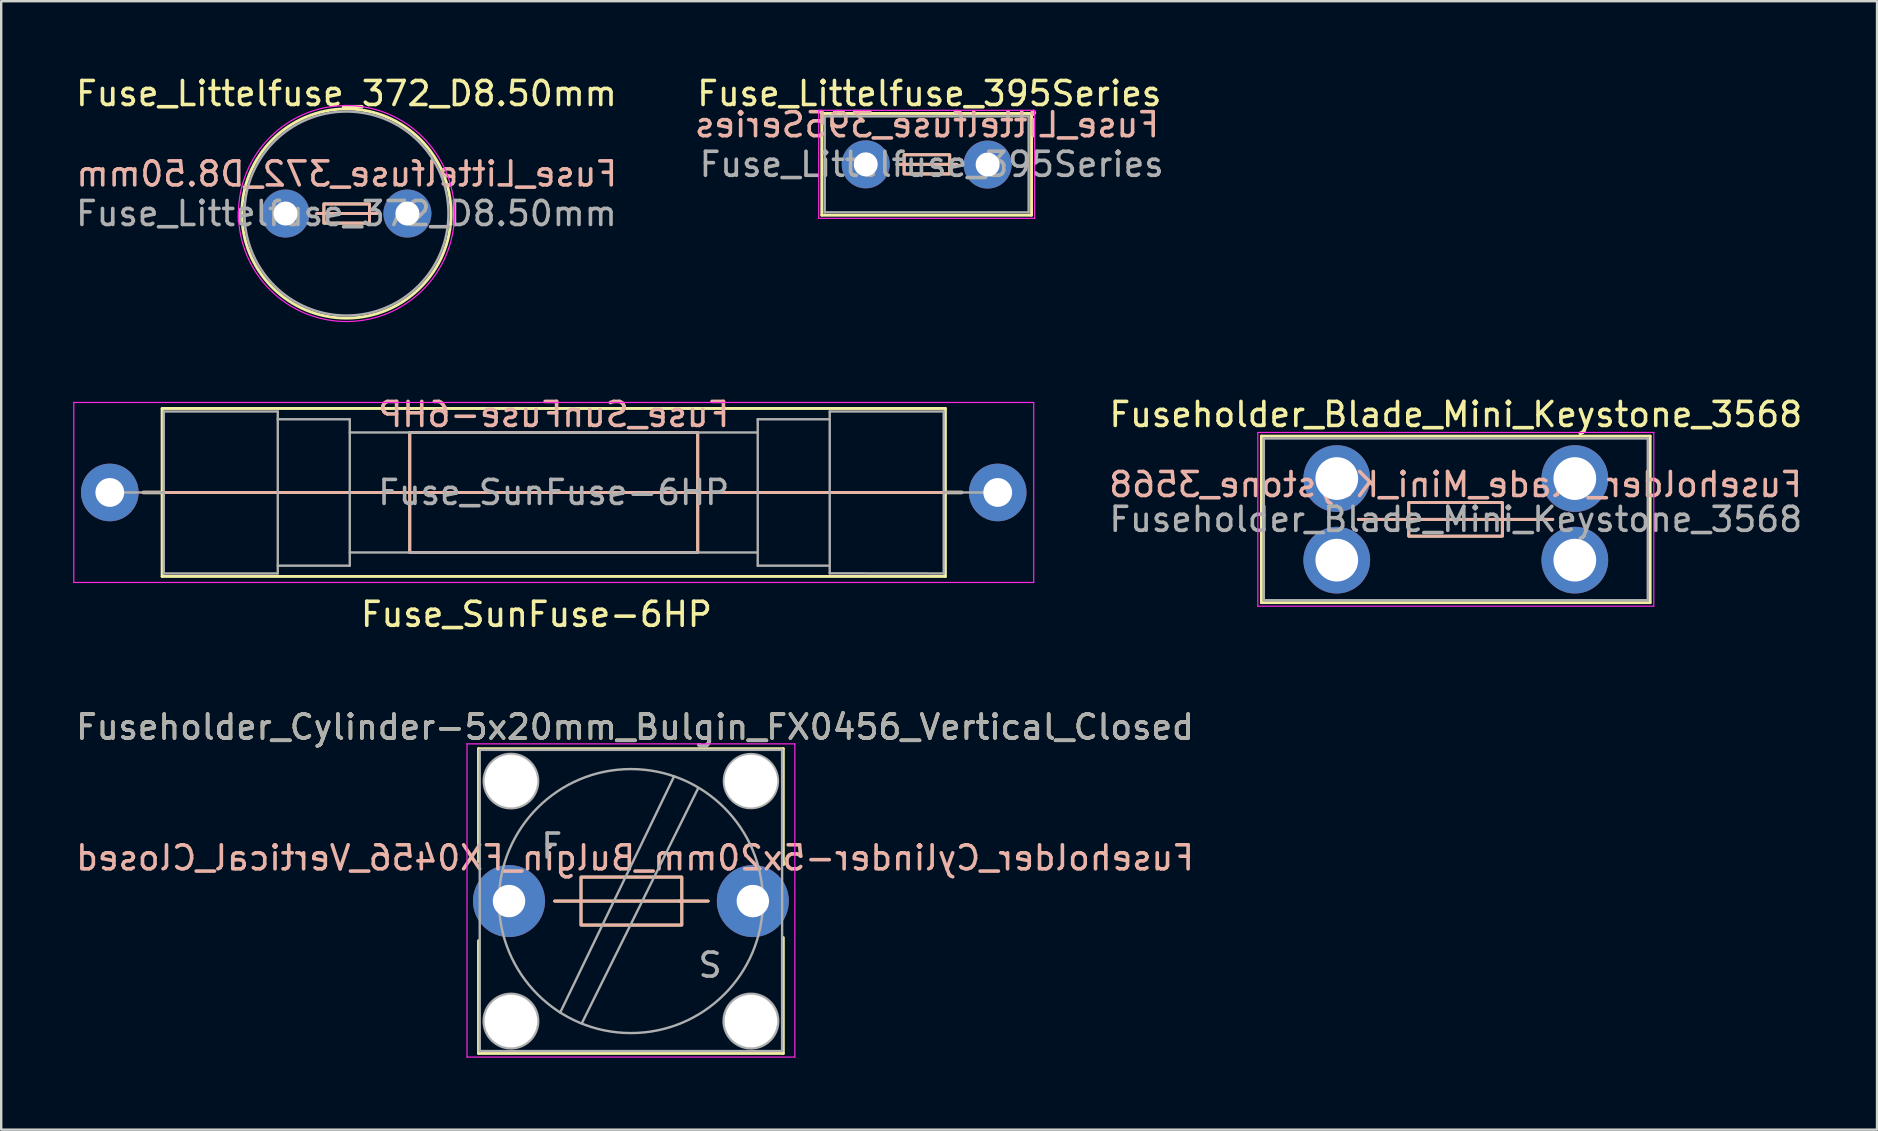
<source format=kicad_pcb>
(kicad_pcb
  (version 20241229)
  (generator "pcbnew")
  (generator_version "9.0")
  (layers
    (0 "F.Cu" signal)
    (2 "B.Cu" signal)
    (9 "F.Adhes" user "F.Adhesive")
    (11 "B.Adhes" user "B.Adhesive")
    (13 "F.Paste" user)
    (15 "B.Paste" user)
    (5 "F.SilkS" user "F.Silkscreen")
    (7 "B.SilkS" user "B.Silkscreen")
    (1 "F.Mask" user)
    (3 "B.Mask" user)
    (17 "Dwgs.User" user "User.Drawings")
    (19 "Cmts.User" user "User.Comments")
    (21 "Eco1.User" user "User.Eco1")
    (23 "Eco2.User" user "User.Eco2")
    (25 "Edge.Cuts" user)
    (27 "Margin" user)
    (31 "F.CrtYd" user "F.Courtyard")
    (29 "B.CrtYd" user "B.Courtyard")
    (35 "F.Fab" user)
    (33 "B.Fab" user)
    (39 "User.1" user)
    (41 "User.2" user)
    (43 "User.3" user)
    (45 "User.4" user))
  (footprint "Fuse_Littelfuse_395Series"
    (layer "F.Cu")
    (at 33.025 3.798)
    (property "Reference" "Fuse_Littelfuse_395Series" (at 2.65 -2.95 0) (layer "F.SilkS") (effects (font (size 1 1) (thickness 0.15))))
    (fp_line (start -1.83 -2.12) (end -1.83 2.12) (stroke (width 0.12) (type solid)) (layer "F.SilkS"))
    (fp_line (start -1.83 -2.12) (end 6.91 -2.12) (stroke (width 0.12) (type solid)) (layer "F.SilkS"))
    (fp_line (start 1.3 0) (end 3.8 0) (stroke (width 0.12) (type solid)) (layer "F.SilkS"))
    (fp_line (start 6.91 2.12) (end -1.83 2.12) (stroke (width 0.12) (type solid)) (layer "F.SilkS"))
    (fp_line (start 6.91 2.12) (end 6.91 -2.12) (stroke (width 0.12) (type solid)) (layer "F.SilkS"))
    (fp_rect (start 1.6 -0.4) (end 3.5 0.4) (stroke (width 0.12) (type solid)) (fill no) (layer "F.SilkS"))
    (fp_line (start 3.8 0) (end 1.3 0) (stroke (width 0.12) (type solid)) (layer "B.SilkS"))
    (fp_rect (start 1.6 -0.4) (end 3.5 0.4) (stroke (width 0.12) (type solid)) (fill no) (layer "B.SilkS"))
    (fp_line (start -1.96 -2.25) (end -1.96 2.25) (stroke (width 0.05) (type solid)) (layer "F.CrtYd"))
    (fp_line (start -1.96 -2.25) (end 7.04 -2.25) (stroke (width 0.05) (type solid)) (layer "F.CrtYd"))
    (fp_line (start 7.04 2.25) (end -1.96 2.25) (stroke (width 0.05) (type solid)) (layer "F.CrtYd"))
    (fp_line (start 7.04 2.25) (end 7.04 -2.25) (stroke (width 0.05) (type solid)) (layer "F.CrtYd"))
    (fp_line (start -1.71 -2) (end -1.71 2) (stroke (width 0.1) (type solid)) (layer "F.Fab"))
    (fp_line (start -1.71 2) (end 6.79 2) (stroke (width 0.1) (type solid)) (layer "F.Fab"))
    (fp_line (start 6.79 -2) (end -1.71 -2) (stroke (width 0.1) (type solid)) (layer "F.Fab"))
    (fp_line (start 6.79 2) (end 6.79 -2) (stroke (width 0.1) (type solid)) (layer "F.Fab"))
    (fp_text user "${REFERENCE}" (at 2.55 -1.65 0) (layer "B.SilkS") (effects (font (size 1 1) (thickness 0.15)) (justify mirror)))
    (fp_text user "${REFERENCE}" (at 2.75 0 0) (layer "F.Fab") (effects (font (size 1 1) (thickness 0.15))))
    (pad "1" thru_hole circle (at 0 0) (size 2 2) (drill 1) (layers "*.Cu" "*.Mask"))
    (pad "2" thru_hole circle (at 5.08 0.01) (size 2 2) (drill 1) (layers "*.Cu" "*.Mask")))
  (footprint "Fuse_Littelfuse_372_D8.50mm"
    (layer "F.Cu")
    (at 8.847 5.848)
    (property "Reference" "Fuse_Littelfuse_372_D8.50mm" (at 2.54 -5 0) (layer "F.SilkS") (effects (font (size 1 1) (thickness 0.15))))
    (fp_line (start 3.8 0) (end 1.3 0) (stroke (width 0.12) (type solid)) (layer "F.SilkS"))
    (fp_rect (start 1.6 -0.4) (end 3.5 0.4) (stroke (width 0.12) (type solid)) (fill no) (layer "F.SilkS"))
    (fp_circle (center 2.54 0) (end 6.9 0) (stroke (width 0.12) (type solid)) (fill no) (layer "F.SilkS"))
    (fp_line (start 1.3 0) (end 3.8 0) (stroke (width 0.12) (type solid)) (layer "B.SilkS"))
    (fp_rect (start 1.6 -0.4) (end 3.5 0.4) (stroke (width 0.12) (type solid)) (fill no) (layer "B.SilkS"))
    (fp_circle (center 2.54 0) (end 7.04 0) (stroke (width 0.05) (type solid)) (fill no) (layer "F.CrtYd"))
    (fp_circle (center 2.54 0) (end 6.79 0) (stroke (width 0.1) (type solid)) (fill no) (layer "F.Fab"))
    (fp_text user "${REFERENCE}" (at 2.55 -1.65 0) (layer "B.SilkS") (effects (font (size 1 1) (thickness 0.15)) (justify mirror)))
    (fp_text user "${REFERENCE}" (at 2.54 0 0) (layer "F.Fab") (effects (font (size 1 1) (thickness 0.15))))
    (pad "1" thru_hole circle (at 0 0) (size 2 2) (drill 1) (layers "*.Cu" "*.Mask"))
    (pad "2" thru_hole circle (at 5.08 0) (size 2 2) (drill 1) (layers "*.Cu" "*.Mask")))
  (footprint "Fuseholder_Blade_Mini_Keystone_3568"
    (layer "F.Cu")
    (at 52.654 16.892)
    (property "Reference" "Fuseholder_Blade_Mini_Keystone_3568" (at 4.96 -2.67 0) (layer "F.SilkS") (effects (font (size 1 1) (thickness 0.15))))
    (fp_line (start -3.14 -1.77) (end -3.14 5.17) (stroke (width 0.12) (type solid)) (layer "F.SilkS"))
    (fp_line (start -3.14 5.17) (end 13.06 5.17) (stroke (width 0.12) (type solid)) (layer "F.SilkS"))
    (fp_line (start 0.9 1.7) (end 7.5 1.7) (stroke (width 0.12) (type solid)) (layer "F.SilkS"))
    (fp_line (start 9 1.7) (end 7.5 1.7) (stroke (width 0.12) (type solid)) (layer "F.SilkS"))
    (fp_line (start 13.06 -1.77) (end -3.14 -1.77) (stroke (width 0.12) (type solid)) (layer "F.SilkS"))
    (fp_line (start 13.06 5.17) (end 13.06 -1.77) (stroke (width 0.12) (type solid)) (layer "F.SilkS"))
    (fp_rect (start 3 1) (end 6.9 2.4) (stroke (width 0.12) (type solid)) (fill no) (layer "F.SilkS"))
    (fp_line (start 0.9 1.7) (end 9 1.7) (stroke (width 0.12) (type solid)) (layer "B.SilkS"))
    (fp_rect (start 3 1) (end 6.9 2.4) (stroke (width 0.12) (type solid)) (fill no) (layer "B.SilkS"))
    (fp_line (start -3.29 -1.92) (end -3.29 5.32) (stroke (width 0.05) (type solid)) (layer "F.CrtYd"))
    (fp_line (start -3.29 5.32) (end 13.21 5.32) (stroke (width 0.05) (type solid)) (layer "F.CrtYd"))
    (fp_line (start 13.21 -1.92) (end -3.29 -1.92) (stroke (width 0.05) (type solid)) (layer "F.CrtYd"))
    (fp_line (start 13.21 5.32) (end 13.21 -1.92) (stroke (width 0.05) (type solid)) (layer "F.CrtYd"))
    (fp_line (start -3.04 -1.67) (end -3.04 5.07) (stroke (width 0.1) (type solid)) (layer "F.Fab"))
    (fp_line (start -3.04 5.07) (end 12.96 5.07) (stroke (width 0.1) (type solid)) (layer "F.Fab"))
    (fp_line (start 12.96 -1.67) (end -3.04 -1.67) (stroke (width 0.1) (type solid)) (layer "F.Fab"))
    (fp_line (start 12.96 5.07) (end 12.96 -1.67) (stroke (width 0.1) (type solid)) (layer "F.Fab"))
    (fp_text user "${REFERENCE}" (at 4.95 0.25 0) (layer "B.SilkS") (effects (font (size 1 1) (thickness 0.15)) (justify mirror)))
    (fp_text user "${REFERENCE}" (at 4.96 1.7 0) (layer "F.Fab") (effects (font (size 1 1) (thickness 0.15))))
    (pad "1" thru_hole circle (at 0 0) (size 2.78 2.78) (drill 1.78) (layers "*.Cu" "*.Mask"))
    (pad "1" thru_hole circle (at 0 3.4) (size 2.78 2.78) (drill 1.78) (layers "*.Cu" "*.Mask"))
    (pad "2" thru_hole circle (at 9.92 0) (size 2.78 2.78) (drill 1.78) (layers "*.Cu" "*.Mask"))
    (pad "2" thru_hole circle (at 9.92 3.4) (size 2.78 2.78) (drill 1.78) (layers "*.Cu" "*.Mask")))
  (footprint "Fuseholder_Cylinder-5x20mm_Bulgin_FX0456_Vertical_Closed"
    (layer "F.Cu")
    (at 18.161 34.498)
    (property "Reference" "Fuseholder_Cylinder-5x20mm_Bulgin_FX0456_Vertical_Closed" (at 5.25 -7.25 0) (layer "F.SilkS") (effects (font (size 1 1) (thickness 0.15))))
    (fp_line (start -1.27 -6.35) (end -1.27 -1.65) (stroke (width 0.12) (type solid)) (layer "F.SilkS"))
    (fp_line (start -1.27 6.35) (end -1.27 1.65) (stroke (width 0.12) (type solid)) (layer "F.SilkS"))
    (fp_line (start -1.27 6.35) (end 11.43 6.35) (stroke (width 0.12) (type solid)) (layer "F.SilkS"))
    (fp_line (start 7.1 0) (end 1.9 0) (stroke (width 0.12) (type solid)) (layer "F.SilkS"))
    (fp_line (start 8.3 0) (end 7.1 0) (stroke (width 0.12) (type solid)) (layer "F.SilkS"))
    (fp_line (start 11.43 -6.35) (end -1.27 -6.35) (stroke (width 0.12) (type solid)) (layer "F.SilkS"))
    (fp_line (start 11.43 -6.35) (end 11.43 -1.52) (stroke (width 0.12) (type solid)) (layer "F.SilkS"))
    (fp_line (start 11.43 -1.52) (end 11.43 -1.65) (stroke (width 0.12) (type solid)) (layer "F.SilkS"))
    (fp_line (start 11.43 6.35) (end 11.43 1.52) (stroke (width 0.12) (type solid)) (layer "F.SilkS"))
    (fp_rect (start 3 -1) (end 7.2 1) (stroke (width 0.12) (type solid)) (fill no) (layer "F.SilkS"))
    (fp_line (start 1.9 0) (end 8.3 0) (stroke (width 0.12) (type solid)) (layer "B.SilkS"))
    (fp_rect (start 3 -1) (end 7.2 1) (stroke (width 0.12) (type solid)) (fill no) (layer "B.SilkS"))
    (fp_line (start -1.75 -6.55) (end -1.75 6.5) (stroke (width 0.05) (type solid)) (layer "F.CrtYd"))
    (fp_line (start -1.75 -6.55) (end 11.91 -6.55) (stroke (width 0.05) (type solid)) (layer "F.CrtYd"))
    (fp_line (start 11.91 6.5) (end -1.75 6.5) (stroke (width 0.05) (type solid)) (layer "F.CrtYd"))
    (fp_line (start 11.91 6.5) (end 11.91 -6.55) (stroke (width 0.05) (type solid)) (layer "F.CrtYd"))
    (fp_line (start -1.22 -6.3) (end -1.22 6.25) (stroke (width 0.1) (type solid)) (layer "F.Fab"))
    (fp_line (start -1.22 6.25) (end 11.38 6.25) (stroke (width 0.1) (type solid)) (layer "F.Fab"))
    (fp_line (start 3.03 5.1) (end 7.88 -4.7) (stroke (width 0.1) (type solid)) (layer "F.Fab"))
    (fp_line (start 6.88 -5.2) (end 2.13 4.65) (stroke (width 0.1) (type solid)) (layer "F.Fab"))
    (fp_line (start 11.38 -6.3) (end -1.22 -6.3) (stroke (width 0.1) (type solid)) (layer "F.Fab"))
    (fp_line (start 11.38 6.25) (end 11.38 -6.3) (stroke (width 0.1) (type solid)) (layer "F.Fab"))
    (fp_circle (center 0.08 -5) (end 0.48 -3.94) (stroke (width 0.1) (type solid)) (fill no) (layer "F.Fab"))
    (fp_circle (center 0.08 5) (end 0.58 6.02) (stroke (width 0.1) (type solid)) (fill no) (layer "F.Fab"))
    (fp_circle (center 5.08 0) (end 5.13 5.5) (stroke (width 0.1) (type solid)) (fill no) (layer "F.Fab"))
    (fp_circle (center 10.08 -5) (end 10.46 -3.94) (stroke (width 0.1) (type solid)) (fill no) (layer "F.Fab"))
    (fp_circle (center 10.08 5) (end 10.64 5.99) (stroke (width 0.1) (type solid)) (fill no) (layer "F.Fab"))
    (fp_text user "${REFERENCE}" (at 5.25 -1.8 0) (layer "B.SilkS") (effects (font (size 1 1) (thickness 0.15)) (justify mirror)))
    (fp_text user "F" (at 1.78 -2.29 0) (layer "F.Fab") (effects (font (size 1 1) (thickness 0.15))))
    (fp_text user "S" (at 8.38 2.67 0) (layer "F.Fab") (effects (font (size 1 1) (thickness 0.15))))
    (fp_text user "${REFERENCE}" (at 5.25 -7.25 0) (layer "F.Fab") (effects (font (size 1 1) (thickness 0.15))))
    (pad "" np_thru_hole circle (at 0.08 -5) (size 2.2 2.2) (drill 2.2) (layers "*.Cu" "*.Mask"))
    (pad "" np_thru_hole circle (at 0.08 5) (size 2.2 2.2) (drill 2.2) (layers "*.Cu" "*.Mask"))
    (pad "" np_thru_hole circle (at 10.08 -5) (size 2.2 2.2) (drill 2.2) (layers "*.Cu" "*.Mask"))
    (pad "" np_thru_hole circle (at 10.08 5) (size 2.2 2.2) (drill 2.2) (layers "*.Cu" "*.Mask"))
    (pad "1" thru_hole circle (at 0 0) (size 3 3) (drill 1.35) (layers "*.Cu" "*.Mask"))
    (pad "2" thru_hole circle (at 10.16 0) (size 3 3) (drill 1.35) (layers "*.Cu" "*.Mask")))
  (footprint "Fuse_SunFuse-6HP"
    (layer "F.Cu")
    (at 1.525 17.471)
    (property "Reference" "Fuse_SunFuse-6HP" (at 17.78 5.08 0) (layer "F.SilkS") (effects (font (size 1 1) (thickness 0.15))))
    (fp_line (start 1.4 0) (end 2.18 0) (stroke (width 0.15) (type solid)) (layer "F.SilkS"))
    (fp_line (start 2.18 -3.5) (end 2.18 3.5) (stroke (width 0.12) (type solid)) (layer "F.SilkS"))
    (fp_line (start 2.18 -3.5) (end 34.82 -3.5) (stroke (width 0.12) (type solid)) (layer "F.SilkS"))
    (fp_line (start 2.18 3.5) (end 34.82 3.5) (stroke (width 0.12) (type solid)) (layer "F.SilkS"))
    (fp_line (start 12.5 0) (end 2.18 0) (stroke (width 0.12) (type solid)) (layer "F.SilkS"))
    (fp_line (start 24.5 0) (end 12.5 0) (stroke (width 0.12) (type solid)) (layer "F.SilkS"))
    (fp_line (start 24.5 0) (end 34.82 0) (stroke (width 0.12) (type solid)) (layer "F.SilkS"))
    (fp_line (start 34.82 0) (end 35.5 0) (stroke (width 0.15) (type solid)) (layer "F.SilkS"))
    (fp_line (start 34.82 3.5) (end 34.82 -3.5) (stroke (width 0.12) (type solid)) (layer "F.SilkS"))
    (fp_rect (start 12.5 -2.5) (end 24.5 2.5) (stroke (width 0.12) (type solid)) (fill no) (layer "F.SilkS"))
    (fp_line (start 1.4 0) (end 35.5 0) (stroke (width 0.12) (type solid)) (layer "B.SilkS"))
    (fp_rect (start 12.5 -2.5) (end 24.5 2.5) (stroke (width 0.12) (type solid)) (fill no) (layer "B.SilkS"))
    (fp_line (start -1.5 -3.75) (end -1.5 3.75) (stroke (width 0.05) (type solid)) (layer "F.CrtYd"))
    (fp_line (start -1.5 -3.75) (end 38.5 -3.75) (stroke (width 0.05) (type solid)) (layer "F.CrtYd"))
    (fp_line (start -1.5 3.75) (end 38.5 3.75) (stroke (width 0.05) (type solid)) (layer "F.CrtYd"))
    (fp_line (start 38.5 3.75) (end 38.5 -3.75) (stroke (width 0.05) (type solid)) (layer "F.CrtYd"))
    (fp_line (start 0 0) (end 2.25 0) (stroke (width 0.1) (type solid)) (layer "F.Fab"))
    (fp_line (start 2.25 -3.375) (end 2.25 3.375) (stroke (width 0.1) (type solid)) (layer "F.Fab"))
    (fp_line (start 2.25 -3.375) (end 7 -3.375) (stroke (width 0.1) (type solid)) (layer "F.Fab"))
    (fp_line (start 2.25 3.375) (end 7 3.375) (stroke (width 0.1) (type solid)) (layer "F.Fab"))
    (fp_line (start 7 -3.375) (end 7 3.375) (stroke (width 0.1) (type solid)) (layer "F.Fab"))
    (fp_line (start 7 -3.05) (end 10 -3.05) (stroke (width 0.1) (type solid)) (layer "F.Fab"))
    (fp_line (start 7 3.05) (end 10 3.05) (stroke (width 0.1) (type solid)) (layer "F.Fab"))
    (fp_line (start 10 -2.5) (end 27 -2.5) (stroke (width 0.1) (type solid)) (layer "F.Fab"))
    (fp_line (start 10 2.5) (end 27 2.5) (stroke (width 0.1) (type solid)) (layer "F.Fab"))
    (fp_line (start 10 3.05) (end 10 -3.05) (stroke (width 0.1) (type solid)) (layer "F.Fab"))
    (fp_line (start 27 -3.05) (end 30 -3.05) (stroke (width 0.1) (type solid)) (layer "F.Fab"))
    (fp_line (start 27 3.05) (end 27 -3.05) (stroke (width 0.1) (type solid)) (layer "F.Fab"))
    (fp_line (start 27 3.05) (end 30 3.05) (stroke (width 0.1) (type solid)) (layer "F.Fab"))
    (fp_line (start 30 -3.375) (end 30 3.375) (stroke (width 0.1) (type solid)) (layer "F.Fab"))
    (fp_line (start 30 -3.375) (end 34.75 -3.375) (stroke (width 0.1) (type solid)) (layer "F.Fab"))
    (fp_line (start 30 3.37) (end 34.75 3.375) (stroke (width 0.1) (type solid)) (layer "F.Fab"))
    (fp_line (start 34.75 -3.375) (end 34.75 3.375) (stroke (width 0.1) (type solid)) (layer "F.Fab"))
    (fp_line (start 34.75 0) (end 37 0) (stroke (width 0.1) (type solid)) (layer "F.Fab"))
    (fp_text user "${REFERENCE}" (at 18.5 -3.25 0) (layer "B.SilkS") (effects (font (size 1 1) (thickness 0.15)) (justify mirror)))
    (fp_text user "${REFERENCE}" (at 18.5 0 0) (layer "F.Fab") (effects (font (size 1 1) (thickness 0.15))))
    (pad "1" thru_hole circle (at 0 0) (size 2.4 2.4) (drill 1.2) (layers "*.Cu" "*.Mask"))
    (pad "2" thru_hole circle (at 37 0) (size 2.4 2.4) (drill 1.2) (layers "*.Cu" "*.Mask")))
  (gr_rect
    (start -3 -3)
    (end 75.167 44.023)
    (stroke (width 0.1) (type default))
    (fill no)
    (layer "Edge.Cuts")))
</source>
